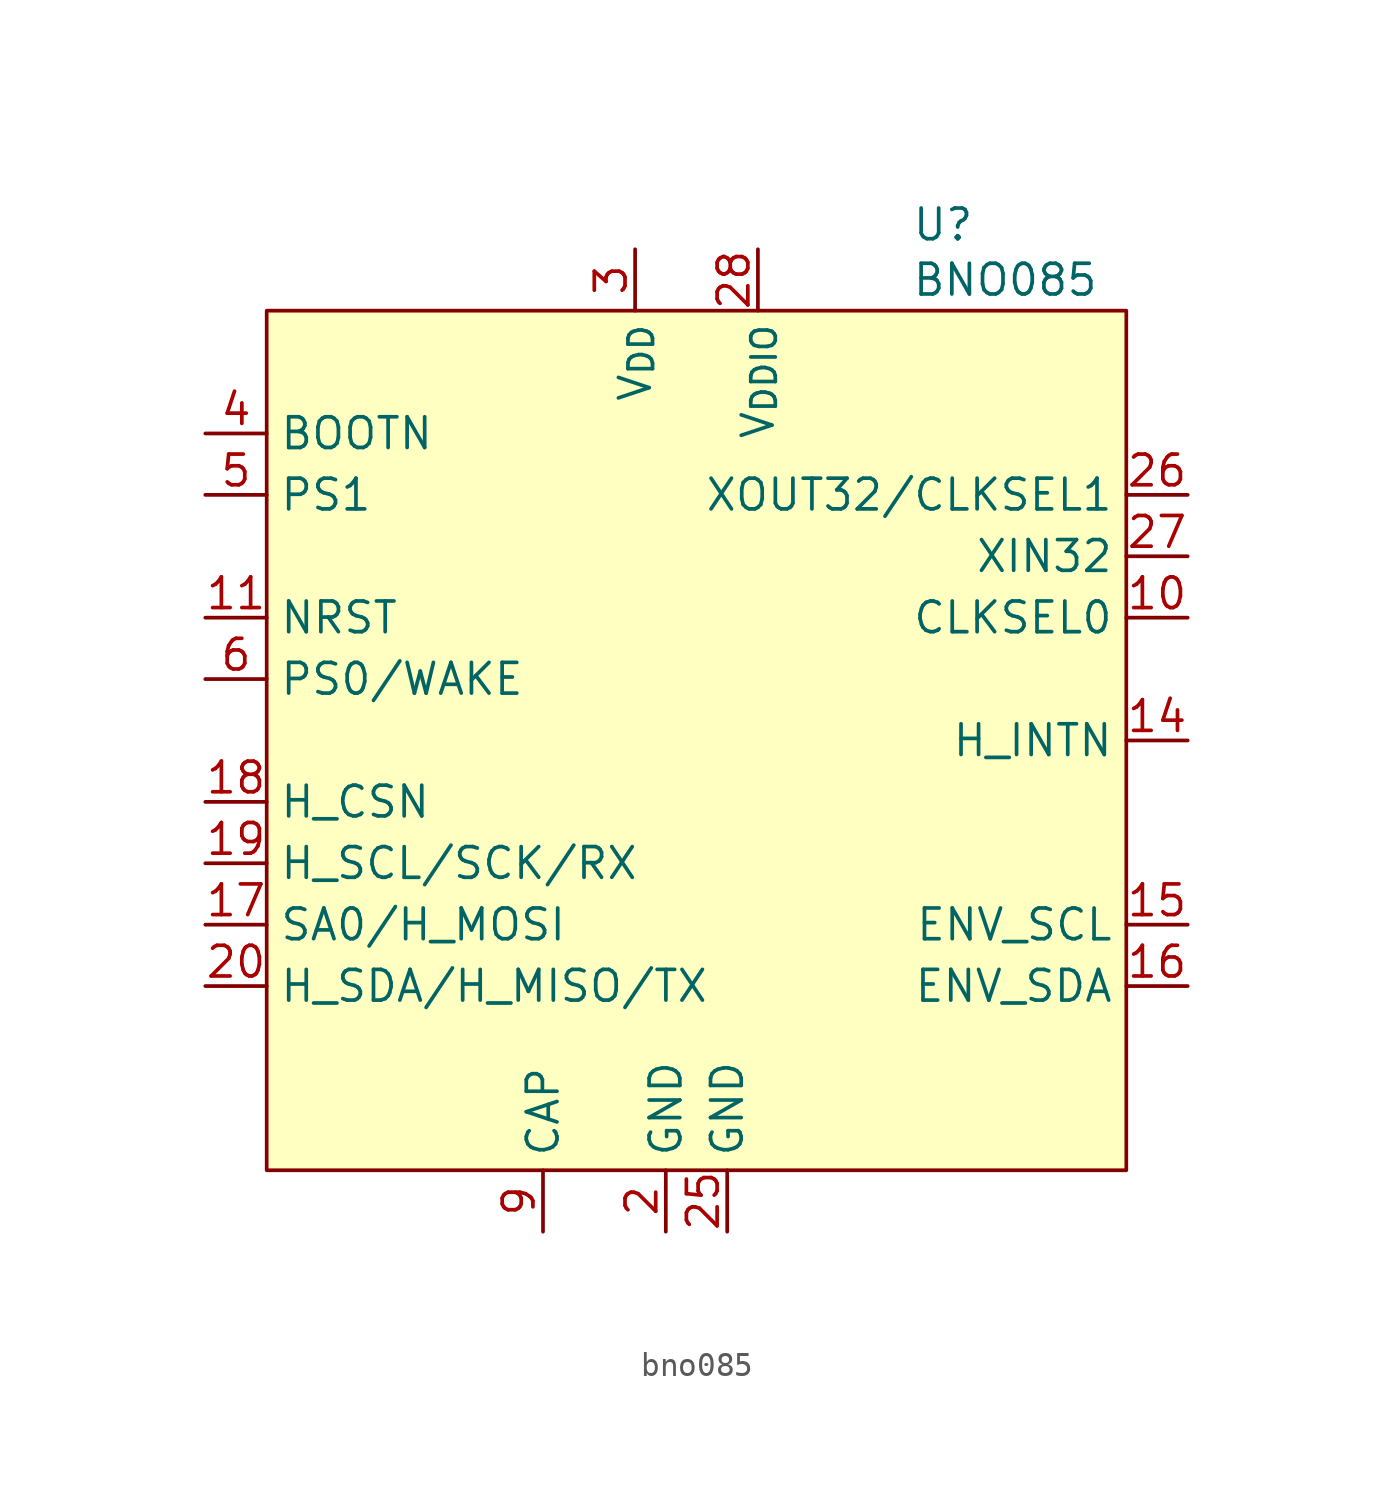
<source format=kicad_sym>
(kicad_symbol_lib
  (version 20241209)
  (generator "kicad_symbol_editor")
  (generator_version "9.0")
  (symbol "bno085"
    (property "Reference" "U"
      (at 8.89 21.336 0)
      (effects (font (size 1.27 1.27)) (justify left)))
    (property "Value" "BNO085"
      (at 8.89 19.05 0)
      (effects (font (size 1.27 1.27)) (justify left)))
    (symbol "bno085_1_0"
      (pin input line (at -20.32 5.08 0) (length 2.54) (name "NRST" (effects (font (size 1.27 1.27)))) (number "11" (effects (font (size 1.27 1.27)))))
      (pin input line (at -20.32 -2.54 0) (length 2.54) (name "H_CSN" (effects (font (size 1.27 1.27)))) (number "18" (effects (font (size 1.27 1.27)))))
      (pin bidirectional line (at -20.32 -5.08 0) (length 2.54) (name "H_SCL/SCK/RX" (effects (font (size 1.27 1.27)))) (number "19" (effects (font (size 1.27 1.27)))))
      (pin input line (at -20.32 -7.62 0) (length 2.54) (name "SA0/H_MOSI" (effects (font (size 1.27 1.27)))) (number "17" (effects (font (size 1.27 1.27)))))
      (pin bidirectional line (at -20.32 -10.16 0) (length 2.54) (name "H_SDA/H_MISO/TX" (effects (font (size 1.27 1.27)))) (number "20" (effects (font (size 1.27 1.27)))))
      (pin passive line (at -6.35 -20.32 90) (length 2.54) (name "CAP" (effects (font (size 1.27 1.27)))) (number "9" (effects (font (size 1.27 1.27)))))
      (pin power_in line (at 1.27 -20.32 90) (length 2.54) (name "GND" (effects (font (size 1.27 1.27)))) (number "25" (effects (font (size 1.27 1.27)))))
      (pin power_in line (at 2.54 20.32 270) (length 2.54) (name "V_{DDIO}" (effects (font (size 1.27 1.27)))) (number "28" (effects (font (size 1.27 1.27)))))
      (pin no_connect line (at 7.62 -20.32 90) (length 2.54) (hide yes) (name "RESV_NC" (effects (font (size 1.27 1.27)))) (number "12" (effects (font (size 1.27 1.27)))))
      (pin no_connect line (at 8.89 -20.32 90) (length 2.54) (hide yes) (name "RESV_NC" (effects (font (size 1.27 1.27)))) (number "13" (effects (font (size 1.27 1.27)))))
      (pin no_connect line (at 10.16 -20.32 90) (length 2.54) (hide yes) (name "RESV_NC" (effects (font (size 1.27 1.27)))) (number "21" (effects (font (size 1.27 1.27)))))
      (pin no_connect line (at 11.43 -20.32 90) (length 2.54) (hide yes) (name "RESV_NC" (effects (font (size 1.27 1.27)))) (number "22" (effects (font (size 1.27 1.27)))))
      (pin no_connect line (at 12.7 -20.32 90) (length 2.54) (hide yes) (name "RESV_NC" (effects (font (size 1.27 1.27)))) (number "23" (effects (font (size 1.27 1.27)))))
      (pin no_connect line (at 13.97 -20.32 90) (length 2.54) (hide yes) (name "RESV_NC" (effects (font (size 1.27 1.27)))) (number "24" (effects (font (size 1.27 1.27)))))
      (pin passive line (at 20.32 10.16 180) (length 2.54) (name "XOUT32/CLKSEL1" (effects (font (size 1.27 1.27)))) (number "26" (effects (font (size 1.27 1.27)))))
      (pin passive line (at 20.32 7.62 180) (length 2.54) (name "XIN32" (effects (font (size 1.27 1.27)))) (number "27" (effects (font (size 1.27 1.27)))))
      (pin input line (at 20.32 5.08 180) (length 2.54) (name "CLKSEL0" (effects (font (size 1.27 1.27)))) (number "10" (effects (font (size 1.27 1.27)))))
      (pin output line (at 20.32 0 180) (length 2.54) (name "H_INTN" (effects (font (size 1.27 1.27)))) (number "14" (effects (font (size 1.27 1.27)))))
      (pin bidirectional line (at 20.32 -7.62 180) (length 2.54) (name "ENV_SCL" (effects (font (size 1.27 1.27)))) (number "15" (effects (font (size 1.27 1.27)))))
      (pin bidirectional line (at 20.32 -10.16 180) (length 2.54) (name "ENV_SDA" (effects (font (size 1.27 1.27)))) (number "16" (effects (font (size 1.27 1.27))))))
    (symbol "bno085_1_1"
      (rectangle (start -17.78 17.78) (end 17.78 -17.78) (stroke (width 0) (type default)) (fill (type background)))
      (pin input line (at -20.32 12.7 0) (length 2.54) (name "BOOTN" (effects (font (size 1.27 1.27)))) (number "4" (effects (font (size 1.27 1.27)))))
      (pin input line (at -20.32 10.16 0) (length 2.54) (name "PS1" (effects (font (size 1.27 1.27)))) (number "5" (effects (font (size 1.27 1.27)))))
      (pin input line (at -20.32 2.54 0) (length 2.54) (name "PS0/WAKE" (effects (font (size 1.27 1.27)))) (number "6" (effects (font (size 1.27 1.27)))))
      (pin power_in line (at -2.54 20.32 270) (length 2.54) (name "V_{DD}" (effects (font (size 1.27 1.27)))) (number "3" (effects (font (size 1.27 1.27)))))
      (pin power_in line (at -1.27 -20.32 90) (length 2.54) (name "GND" (effects (font (size 1.27 1.27)))) (number "2" (effects (font (size 1.27 1.27)))))
      (pin no_connect line (at 3.81 -20.32 90) (length 2.54) (hide yes) (name "RESV_NC" (effects (font (size 1.27 1.27)))) (number "1" (effects (font (size 1.27 1.27)))))
      (pin no_connect line (at 5.08 -20.32 90) (length 2.54) (hide yes) (name "RESV_NC" (effects (font (size 1.27 1.27)))) (number "7" (effects (font (size 1.27 1.27)))))
      (pin no_connect line (at 6.35 -20.32 90) (length 2.54) (hide yes) (name "RESV_NC" (effects (font (size 1.27 1.27)))) (number "8" (effects (font (size 1.27 1.27))))))))
</source>
